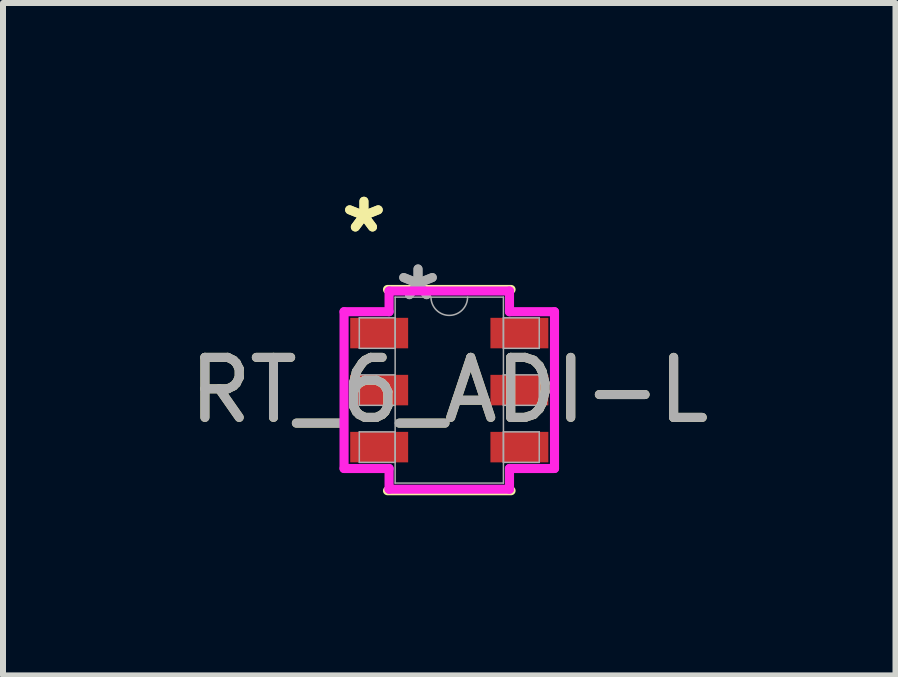
<source format=kicad_pcb>
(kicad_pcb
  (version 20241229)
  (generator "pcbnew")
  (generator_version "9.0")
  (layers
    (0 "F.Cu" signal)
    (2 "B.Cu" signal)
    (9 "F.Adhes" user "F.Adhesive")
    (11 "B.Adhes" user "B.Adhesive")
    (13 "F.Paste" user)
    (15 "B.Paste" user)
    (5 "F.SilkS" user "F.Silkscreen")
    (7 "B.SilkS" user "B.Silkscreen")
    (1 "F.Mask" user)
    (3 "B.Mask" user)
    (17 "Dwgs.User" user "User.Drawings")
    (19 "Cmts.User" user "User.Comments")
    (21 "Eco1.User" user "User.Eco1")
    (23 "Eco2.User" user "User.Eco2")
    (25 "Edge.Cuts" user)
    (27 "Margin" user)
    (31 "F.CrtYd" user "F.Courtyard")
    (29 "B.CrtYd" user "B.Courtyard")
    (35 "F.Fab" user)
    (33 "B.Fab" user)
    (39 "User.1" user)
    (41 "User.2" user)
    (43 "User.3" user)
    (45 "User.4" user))
  (footprint "RT_6_ADI-L"
    (layer "F.Cu")
    (at 4.435 3.449)
    (property "Reference" "RT_6_ADI-L" (at 0 0 0) (unlocked yes) (layer "F.SilkS") (effects (font (size 1 1) (thickness 0.15))))
    (attr smd)
    (fp_line (start -1.029 1.676) (end 1.029 1.676) (stroke (width 0.152) (type solid)) (layer "F.SilkS"))
    (fp_line (start 1.029 -1.676) (end -1.029 -1.676) (stroke (width 0.152) (type solid)) (layer "F.SilkS"))
    (fp_line (start -1.753 -1.306) (end -1.003 -1.306) (stroke (width 0.152) (type solid)) (layer "F.CrtYd"))
    (fp_line (start -1.753 1.306) (end -1.753 -1.306) (stroke (width 0.152) (type solid)) (layer "F.CrtYd"))
    (fp_line (start -1.753 1.306) (end -1.003 1.306) (stroke (width 0.152) (type solid)) (layer "F.CrtYd"))
    (fp_line (start -1.003 -1.651) (end 1.003 -1.651) (stroke (width 0.152) (type solid)) (layer "F.CrtYd"))
    (fp_line (start -1.003 -1.306) (end -1.003 -1.651) (stroke (width 0.152) (type solid)) (layer "F.CrtYd"))
    (fp_line (start -1.003 1.651) (end -1.003 1.306) (stroke (width 0.152) (type solid)) (layer "F.CrtYd"))
    (fp_line (start 1.003 -1.651) (end 1.003 -1.306) (stroke (width 0.152) (type solid)) (layer "F.CrtYd"))
    (fp_line (start 1.003 1.306) (end 1.003 1.651) (stroke (width 0.152) (type solid)) (layer "F.CrtYd"))
    (fp_line (start 1.003 1.651) (end -1.003 1.651) (stroke (width 0.152) (type solid)) (layer "F.CrtYd"))
    (fp_line (start 1.753 -1.306) (end 1.003 -1.306) (stroke (width 0.152) (type solid)) (layer "F.CrtYd"))
    (fp_line (start 1.753 -1.306) (end 1.753 1.306) (stroke (width 0.152) (type solid)) (layer "F.CrtYd"))
    (fp_line (start 1.753 1.306) (end 1.003 1.306) (stroke (width 0.152) (type solid)) (layer "F.CrtYd"))
    (fp_line (start -1.499 -1.204) (end -1.499 -0.696) (stroke (width 0.025) (type solid)) (layer "F.Fab"))
    (fp_line (start -1.499 -0.696) (end -0.902 -0.696) (stroke (width 0.025) (type solid)) (layer "F.Fab"))
    (fp_line (start -1.499 -0.254) (end -1.499 0.254) (stroke (width 0.025) (type solid)) (layer "F.Fab"))
    (fp_line (start -1.499 0.254) (end -0.902 0.254) (stroke (width 0.025) (type solid)) (layer "F.Fab"))
    (fp_line (start -1.499 0.696) (end -1.499 1.204) (stroke (width 0.025) (type solid)) (layer "F.Fab"))
    (fp_line (start -1.499 1.204) (end -0.902 1.204) (stroke (width 0.025) (type solid)) (layer "F.Fab"))
    (fp_line (start -0.902 -1.549) (end -0.902 1.549) (stroke (width 0.025) (type solid)) (layer "F.Fab"))
    (fp_line (start -0.902 -1.204) (end -1.499 -1.204) (stroke (width 0.025) (type solid)) (layer "F.Fab"))
    (fp_line (start -0.902 -0.696) (end -0.902 -1.204) (stroke (width 0.025) (type solid)) (layer "F.Fab"))
    (fp_line (start -0.902 -0.254) (end -1.499 -0.254) (stroke (width 0.025) (type solid)) (layer "F.Fab"))
    (fp_line (start -0.902 0.254) (end -0.902 -0.254) (stroke (width 0.025) (type solid)) (layer "F.Fab"))
    (fp_line (start -0.902 0.696) (end -1.499 0.696) (stroke (width 0.025) (type solid)) (layer "F.Fab"))
    (fp_line (start -0.902 1.204) (end -0.902 0.696) (stroke (width 0.025) (type solid)) (layer "F.Fab"))
    (fp_line (start -0.902 1.549) (end 0.902 1.549) (stroke (width 0.025) (type solid)) (layer "F.Fab"))
    (fp_line (start 0.902 -1.549) (end -0.902 -1.549) (stroke (width 0.025) (type solid)) (layer "F.Fab"))
    (fp_line (start 0.902 -1.204) (end 0.902 -0.696) (stroke (width 0.025) (type solid)) (layer "F.Fab"))
    (fp_line (start 0.902 -0.696) (end 1.499 -0.696) (stroke (width 0.025) (type solid)) (layer "F.Fab"))
    (fp_line (start 0.902 -0.254) (end 0.902 0.254) (stroke (width 0.025) (type solid)) (layer "F.Fab"))
    (fp_line (start 0.902 0.254) (end 1.499 0.254) (stroke (width 0.025) (type solid)) (layer "F.Fab"))
    (fp_line (start 0.902 0.696) (end 0.902 1.204) (stroke (width 0.025) (type solid)) (layer "F.Fab"))
    (fp_line (start 0.902 1.204) (end 1.499 1.204) (stroke (width 0.025) (type solid)) (layer "F.Fab"))
    (fp_line (start 0.902 1.549) (end 0.902 -1.549) (stroke (width 0.025) (type solid)) (layer "F.Fab"))
    (fp_line (start 1.499 -1.204) (end 0.902 -1.204) (stroke (width 0.025) (type solid)) (layer "F.Fab"))
    (fp_line (start 1.499 -0.696) (end 1.499 -1.204) (stroke (width 0.025) (type solid)) (layer "F.Fab"))
    (fp_line (start 1.499 -0.254) (end 0.902 -0.254) (stroke (width 0.025) (type solid)) (layer "F.Fab"))
    (fp_line (start 1.499 0.254) (end 1.499 -0.254) (stroke (width 0.025) (type solid)) (layer "F.Fab"))
    (fp_line (start 1.499 0.696) (end 0.902 0.696) (stroke (width 0.025) (type solid)) (layer "F.Fab"))
    (fp_line (start 1.499 1.204) (end 1.499 0.696) (stroke (width 0.025) (type solid)) (layer "F.Fab"))
    (fp_arc (start 0.3048 -1.5494) (mid 0 -1.2446) (end -0.3048 -1.5494) (stroke (width 0.0254) (type solid)) (layer "F.Fab"))
    (fp_text user "*" (at -1.422 -2.601 0) (unlocked yes) (layer "F.SilkS") (effects (font (size 1 1) (thickness 0.15))))
    (fp_text user "*" (at -1.422 -2.601 0) (layer "F.SilkS") (effects (font (size 1 1) (thickness 0.15))))
    (fp_text user "${REFERENCE}" (at 0 0 0) (unlocked yes) (layer "F.Fab") (effects (font (size 1 1) (thickness 0.15))))
    (fp_text user "*" (at -0.521 -1.473 0) (unlocked yes) (layer "F.Fab") (effects (font (size 1 1) (thickness 0.15))))
    (fp_text user "*" (at -0.521 -1.473 0) (layer "F.Fab") (effects (font (size 1 1) (thickness 0.15))))
    (pad "1" smd rect (at -1.168 -0.95) (size 0.965 0.508) (layers "F.Cu" "F.Mask" "F.Paste"))
    (pad "2" smd rect (at -1.168 0) (size 0.965 0.508) (layers "F.Cu" "F.Mask" "F.Paste"))
    (pad "3" smd rect (at -1.168 0.95) (size 0.965 0.508) (layers "F.Cu" "F.Mask" "F.Paste"))
    (pad "4" smd rect (at 1.168 0.95) (size 0.965 0.508) (layers "F.Cu" "F.Mask" "F.Paste"))
    (pad "5" smd rect (at 1.168 0) (size 0.965 0.508) (layers "F.Cu" "F.Mask" "F.Paste"))
    (pad "6" smd rect (at 1.168 -0.95) (size 0.965 0.508) (layers "F.Cu" "F.Mask" "F.Paste")))
  (gr_rect
    (start -3 -3)
    (end 11.869 8.202)
    (stroke (width 0.1) (type default))
    (fill no)
    (layer "Edge.Cuts")))
</source>
